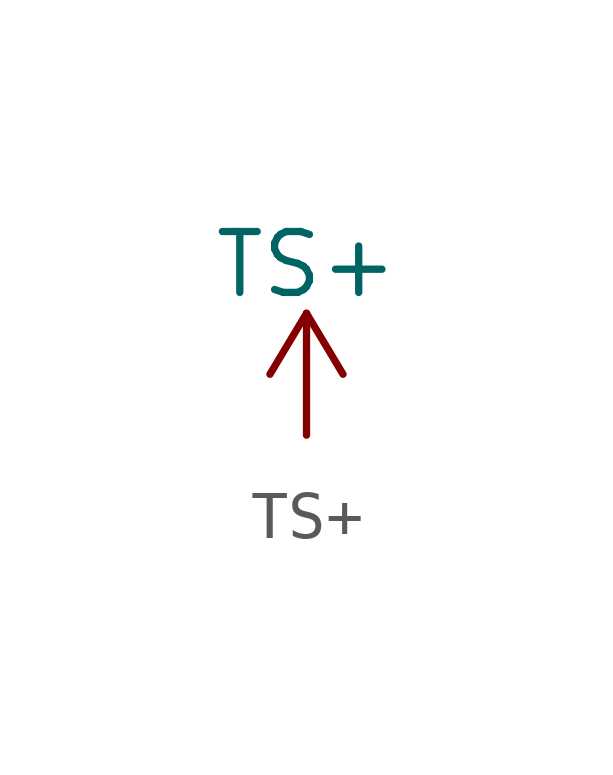
<source format=kicad_sym>
(kicad_symbol_lib
  (version 20211014)
  (generator kicad_symbol_editor)
  (symbol "TS+"
    (power)
    (pin_names
      (offset 0))
    (property "Reference" "#PWR"
      (at 0 -3.81 0)
      (effects (font (size 1.27 1.27)) hide))
    (property "Value" "TS+"
      (at 0 3.556 0)
      (effects (font (size 1.27 1.27))))
    (symbol "TS+_0_1"
      (polyline (pts (xy -0.762 1.27) (xy 0 2.54)) (stroke (width 0) (type default) (color 0 0 0 0)) (fill (type none)))
      (polyline (pts (xy 0 0) (xy 0 2.54)) (stroke (width 0) (type default) (color 0 0 0 0)) (fill (type none)))
      (polyline (pts (xy 0 2.54) (xy 0.762 1.27)) (stroke (width 0) (type default) (color 0 0 0 0)) (fill (type none))))
    (symbol "TS+_1_1"
      (pin power_in line (at 0 0 90) (length 0) hide (name "TS+" (effects (font (size 1.27 1.27)))) (number "1" (effects (font (size 1.27 1.27))))))))
</source>
